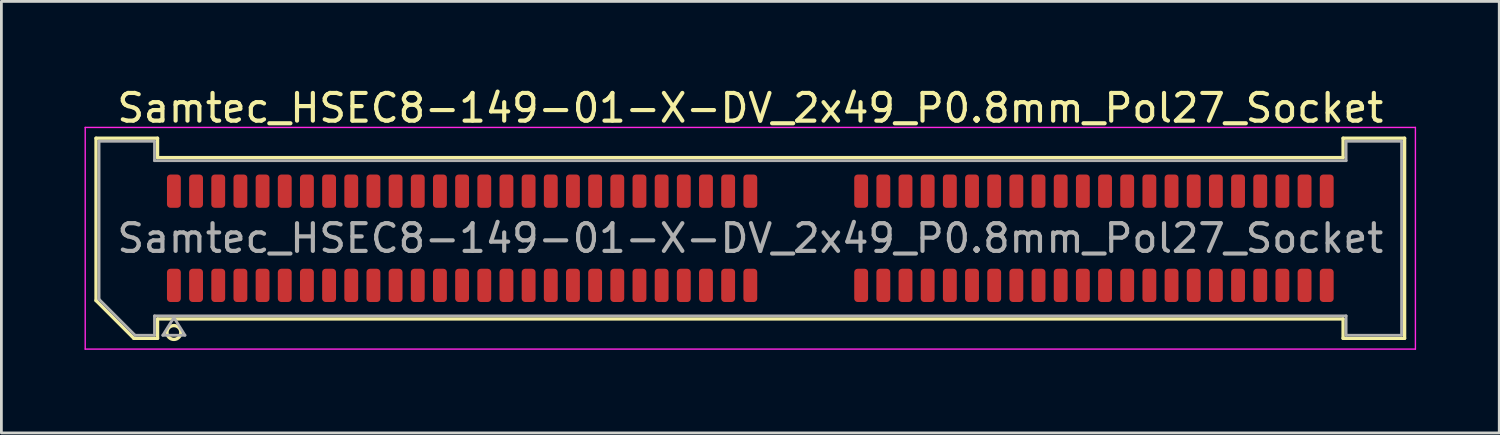
<source format=kicad_pcb>
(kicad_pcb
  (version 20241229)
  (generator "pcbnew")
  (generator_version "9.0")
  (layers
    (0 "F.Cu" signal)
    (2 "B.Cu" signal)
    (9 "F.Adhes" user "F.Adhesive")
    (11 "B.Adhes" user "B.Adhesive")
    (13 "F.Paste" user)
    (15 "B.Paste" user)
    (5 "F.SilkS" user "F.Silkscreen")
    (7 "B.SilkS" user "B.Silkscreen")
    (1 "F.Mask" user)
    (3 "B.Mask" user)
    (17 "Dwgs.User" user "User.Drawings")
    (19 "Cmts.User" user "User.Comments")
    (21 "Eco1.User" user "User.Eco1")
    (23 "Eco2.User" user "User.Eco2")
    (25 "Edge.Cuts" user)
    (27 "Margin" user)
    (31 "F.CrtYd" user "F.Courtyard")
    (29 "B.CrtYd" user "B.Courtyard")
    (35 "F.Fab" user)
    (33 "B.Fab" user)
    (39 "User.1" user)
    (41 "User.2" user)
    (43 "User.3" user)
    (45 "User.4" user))
  (footprint "Samtec_HSEC8-149-01-X-DV_2x49_P0.8mm_Pol27_Socket"
    (layer "F.Cu")
    (at 24.025 5.548)
    (property "Reference" "Samtec_HSEC8-149-01-X-DV_2x49_P0.8mm_Pol27_Socket" (at 0 -4.7 0) (layer "F.SilkS") (effects (font (size 1 1) (thickness 0.15))))
    (attr smd)
    (fp_line (start -23.61 -3.61) (end -21.39 -3.61) (stroke (width 0.12) (type solid)) (layer "F.SilkS"))
    (fp_line (start -23.61 2.246) (end -23.61 -3.61) (stroke (width 0.12) (type solid)) (layer "F.SilkS"))
    (fp_line (start -22.246 3.61) (end -23.61 2.246) (stroke (width 0.12) (type solid)) (layer "F.SilkS"))
    (fp_line (start -21.39 -3.61) (end -21.39 -2.91) (stroke (width 0.12) (type solid)) (layer "F.SilkS"))
    (fp_line (start -21.39 -2.91) (end 21.39 -2.91) (stroke (width 0.12) (type solid)) (layer "F.SilkS"))
    (fp_line (start -21.39 2.91) (end -21.39 3.61) (stroke (width 0.12) (type solid)) (layer "F.SilkS"))
    (fp_line (start -21.39 3.61) (end -22.246 3.61) (stroke (width 0.12) (type solid)) (layer "F.SilkS"))
    (fp_line (start 21.39 -3.61) (end 23.61 -3.61) (stroke (width 0.12) (type solid)) (layer "F.SilkS"))
    (fp_line (start 21.39 -2.91) (end 21.39 -3.61) (stroke (width 0.12) (type solid)) (layer "F.SilkS"))
    (fp_line (start 21.39 2.91) (end -21.39 2.91) (stroke (width 0.12) (type solid)) (layer "F.SilkS"))
    (fp_line (start 21.39 3.61) (end 21.39 2.91) (stroke (width 0.12) (type solid)) (layer "F.SilkS"))
    (fp_line (start 23.61 -3.61) (end 23.61 3.61) (stroke (width 0.12) (type solid)) (layer "F.SilkS"))
    (fp_line (start 23.61 3.61) (end 21.39 3.61) (stroke (width 0.12) (type solid)) (layer "F.SilkS"))
    (fp_circle (center -20.8 3.4) (end -20.55 3.4) (stroke (width 0.12) (type solid)) (fill no) (layer "F.SilkS"))
    (fp_line (start -24 -4) (end -24 4) (stroke (width 0.05) (type solid)) (layer "F.CrtYd"))
    (fp_line (start -24 4) (end 24 4) (stroke (width 0.05) (type solid)) (layer "F.CrtYd"))
    (fp_line (start 24 -4) (end -24 -4) (stroke (width 0.05) (type solid)) (layer "F.CrtYd"))
    (fp_line (start 24 4) (end 24 -4) (stroke (width 0.05) (type solid)) (layer "F.CrtYd"))
    (fp_line (start -23.5 -3.5) (end -21.5 -3.5) (stroke (width 0.1) (type solid)) (layer "F.Fab"))
    (fp_line (start -23.5 2.2) (end -23.5 -3.5) (stroke (width 0.1) (type solid)) (layer "F.Fab"))
    (fp_line (start -22.2 3.5) (end -23.5 2.2) (stroke (width 0.1) (type solid)) (layer "F.Fab"))
    (fp_line (start -21.5 -3.5) (end -21.5 -2.8) (stroke (width 0.1) (type solid)) (layer "F.Fab"))
    (fp_line (start -21.5 -2.8) (end 21.5 -2.8) (stroke (width 0.1) (type solid)) (layer "F.Fab"))
    (fp_line (start -21.5 2.8) (end -21.5 3.5) (stroke (width 0.1) (type solid)) (layer "F.Fab"))
    (fp_line (start -21.5 3.5) (end -22.2 3.5) (stroke (width 0.1) (type solid)) (layer "F.Fab"))
    (fp_line (start -21.2 3.5) (end -20.8 2.86) (stroke (width 0.1) (type solid)) (layer "F.Fab"))
    (fp_line (start -20.8 2.86) (end -20.4 3.5) (stroke (width 0.1) (type solid)) (layer "F.Fab"))
    (fp_line (start -20.4 3.5) (end -21.2 3.5) (stroke (width 0.1) (type solid)) (layer "F.Fab"))
    (fp_line (start 21.5 -3.5) (end 23.5 -3.5) (stroke (width 0.1) (type solid)) (layer "F.Fab"))
    (fp_line (start 21.5 -2.8) (end 21.5 -3.5) (stroke (width 0.1) (type solid)) (layer "F.Fab"))
    (fp_line (start 21.5 2.8) (end -21.5 2.8) (stroke (width 0.1) (type solid)) (layer "F.Fab"))
    (fp_line (start 21.5 3.5) (end 21.5 2.8) (stroke (width 0.1) (type solid)) (layer "F.Fab"))
    (fp_line (start 23.5 -3.5) (end 23.5 3.5) (stroke (width 0.1) (type solid)) (layer "F.Fab"))
    (fp_line (start 23.5 3.5) (end 21.5 3.5) (stroke (width 0.1) (type solid)) (layer "F.Fab"))
    (fp_text user "${REFERENCE}" (at 0 0 0) (layer "F.Fab") (effects (font (size 1 1) (thickness 0.15))))
    (pad "1" smd roundrect (at -20.8 1.7) (size 0.5 1.2) (layers "F.Cu" "F.Mask" "F.Paste") (roundrect_rratio 0.25))
    (pad "2" smd roundrect (at -20.8 -1.7) (size 0.5 1.2) (layers "F.Cu" "F.Mask" "F.Paste") (roundrect_rratio 0.25))
    (pad "3" smd roundrect (at -20 1.7) (size 0.5 1.2) (layers "F.Cu" "F.Mask" "F.Paste") (roundrect_rratio 0.25))
    (pad "4" smd roundrect (at -20 -1.7) (size 0.5 1.2) (layers "F.Cu" "F.Mask" "F.Paste") (roundrect_rratio 0.25))
    (pad "5" smd roundrect (at -19.2 1.7) (size 0.5 1.2) (layers "F.Cu" "F.Mask" "F.Paste") (roundrect_rratio 0.25))
    (pad "6" smd roundrect (at -19.2 -1.7) (size 0.5 1.2) (layers "F.Cu" "F.Mask" "F.Paste") (roundrect_rratio 0.25))
    (pad "7" smd roundrect (at -18.4 1.7) (size 0.5 1.2) (layers "F.Cu" "F.Mask" "F.Paste") (roundrect_rratio 0.25))
    (pad "8" smd roundrect (at -18.4 -1.7) (size 0.5 1.2) (layers "F.Cu" "F.Mask" "F.Paste") (roundrect_rratio 0.25))
    (pad "9" smd roundrect (at -17.6 1.7) (size 0.5 1.2) (layers "F.Cu" "F.Mask" "F.Paste") (roundrect_rratio 0.25))
    (pad "10" smd roundrect (at -17.6 -1.7) (size 0.5 1.2) (layers "F.Cu" "F.Mask" "F.Paste") (roundrect_rratio 0.25))
    (pad "11" smd roundrect (at -16.8 1.7) (size 0.5 1.2) (layers "F.Cu" "F.Mask" "F.Paste") (roundrect_rratio 0.25))
    (pad "12" smd roundrect (at -16.8 -1.7) (size 0.5 1.2) (layers "F.Cu" "F.Mask" "F.Paste") (roundrect_rratio 0.25))
    (pad "13" smd roundrect (at -16 1.7) (size 0.5 1.2) (layers "F.Cu" "F.Mask" "F.Paste") (roundrect_rratio 0.25))
    (pad "14" smd roundrect (at -16 -1.7) (size 0.5 1.2) (layers "F.Cu" "F.Mask" "F.Paste") (roundrect_rratio 0.25))
    (pad "15" smd roundrect (at -15.2 1.7) (size 0.5 1.2) (layers "F.Cu" "F.Mask" "F.Paste") (roundrect_rratio 0.25))
    (pad "16" smd roundrect (at -15.2 -1.7) (size 0.5 1.2) (layers "F.Cu" "F.Mask" "F.Paste") (roundrect_rratio 0.25))
    (pad "17" smd roundrect (at -14.4 1.7) (size 0.5 1.2) (layers "F.Cu" "F.Mask" "F.Paste") (roundrect_rratio 0.25))
    (pad "18" smd roundrect (at -14.4 -1.7) (size 0.5 1.2) (layers "F.Cu" "F.Mask" "F.Paste") (roundrect_rratio 0.25))
    (pad "19" smd roundrect (at -13.6 1.7) (size 0.5 1.2) (layers "F.Cu" "F.Mask" "F.Paste") (roundrect_rratio 0.25))
    (pad "20" smd roundrect (at -13.6 -1.7) (size 0.5 1.2) (layers "F.Cu" "F.Mask" "F.Paste") (roundrect_rratio 0.25))
    (pad "21" smd roundrect (at -12.8 1.7) (size 0.5 1.2) (layers "F.Cu" "F.Mask" "F.Paste") (roundrect_rratio 0.25))
    (pad "22" smd roundrect (at -12.8 -1.7) (size 0.5 1.2) (layers "F.Cu" "F.Mask" "F.Paste") (roundrect_rratio 0.25))
    (pad "23" smd roundrect (at -12 1.7) (size 0.5 1.2) (layers "F.Cu" "F.Mask" "F.Paste") (roundrect_rratio 0.25))
    (pad "24" smd roundrect (at -12 -1.7) (size 0.5 1.2) (layers "F.Cu" "F.Mask" "F.Paste") (roundrect_rratio 0.25))
    (pad "25" smd roundrect (at -11.2 1.7) (size 0.5 1.2) (layers "F.Cu" "F.Mask" "F.Paste") (roundrect_rratio 0.25))
    (pad "26" smd roundrect (at -11.2 -1.7) (size 0.5 1.2) (layers "F.Cu" "F.Mask" "F.Paste") (roundrect_rratio 0.25))
    (pad "27" smd roundrect (at -10.4 1.7) (size 0.5 1.2) (layers "F.Cu" "F.Mask" "F.Paste") (roundrect_rratio 0.25))
    (pad "28" smd roundrect (at -10.4 -1.7) (size 0.5 1.2) (layers "F.Cu" "F.Mask" "F.Paste") (roundrect_rratio 0.25))
    (pad "29" smd roundrect (at -9.6 1.7) (size 0.5 1.2) (layers "F.Cu" "F.Mask" "F.Paste") (roundrect_rratio 0.25))
    (pad "30" smd roundrect (at -9.6 -1.7) (size 0.5 1.2) (layers "F.Cu" "F.Mask" "F.Paste") (roundrect_rratio 0.25))
    (pad "31" smd roundrect (at -8.8 1.7) (size 0.5 1.2) (layers "F.Cu" "F.Mask" "F.Paste") (roundrect_rratio 0.25))
    (pad "32" smd roundrect (at -8.8 -1.7) (size 0.5 1.2) (layers "F.Cu" "F.Mask" "F.Paste") (roundrect_rratio 0.25))
    (pad "33" smd roundrect (at -8 1.7) (size 0.5 1.2) (layers "F.Cu" "F.Mask" "F.Paste") (roundrect_rratio 0.25))
    (pad "34" smd roundrect (at -8 -1.7) (size 0.5 1.2) (layers "F.Cu" "F.Mask" "F.Paste") (roundrect_rratio 0.25))
    (pad "35" smd roundrect (at -7.2 1.7) (size 0.5 1.2) (layers "F.Cu" "F.Mask" "F.Paste") (roundrect_rratio 0.25))
    (pad "36" smd roundrect (at -7.2 -1.7) (size 0.5 1.2) (layers "F.Cu" "F.Mask" "F.Paste") (roundrect_rratio 0.25))
    (pad "37" smd roundrect (at -6.4 1.7) (size 0.5 1.2) (layers "F.Cu" "F.Mask" "F.Paste") (roundrect_rratio 0.25))
    (pad "38" smd roundrect (at -6.4 -1.7) (size 0.5 1.2) (layers "F.Cu" "F.Mask" "F.Paste") (roundrect_rratio 0.25))
    (pad "39" smd roundrect (at -5.6 1.7) (size 0.5 1.2) (layers "F.Cu" "F.Mask" "F.Paste") (roundrect_rratio 0.25))
    (pad "40" smd roundrect (at -5.6 -1.7) (size 0.5 1.2) (layers "F.Cu" "F.Mask" "F.Paste") (roundrect_rratio 0.25))
    (pad "41" smd roundrect (at -4.8 1.7) (size 0.5 1.2) (layers "F.Cu" "F.Mask" "F.Paste") (roundrect_rratio 0.25))
    (pad "42" smd roundrect (at -4.8 -1.7) (size 0.5 1.2) (layers "F.Cu" "F.Mask" "F.Paste") (roundrect_rratio 0.25))
    (pad "43" smd roundrect (at -4 1.7) (size 0.5 1.2) (layers "F.Cu" "F.Mask" "F.Paste") (roundrect_rratio 0.25))
    (pad "44" smd roundrect (at -4 -1.7) (size 0.5 1.2) (layers "F.Cu" "F.Mask" "F.Paste") (roundrect_rratio 0.25))
    (pad "45" smd roundrect (at -3.2 1.7) (size 0.5 1.2) (layers "F.Cu" "F.Mask" "F.Paste") (roundrect_rratio 0.25))
    (pad "46" smd roundrect (at -3.2 -1.7) (size 0.5 1.2) (layers "F.Cu" "F.Mask" "F.Paste") (roundrect_rratio 0.25))
    (pad "47" smd roundrect (at -2.4 1.7) (size 0.5 1.2) (layers "F.Cu" "F.Mask" "F.Paste") (roundrect_rratio 0.25))
    (pad "48" smd roundrect (at -2.4 -1.7) (size 0.5 1.2) (layers "F.Cu" "F.Mask" "F.Paste") (roundrect_rratio 0.25))
    (pad "49" smd roundrect (at -1.6 1.7) (size 0.5 1.2) (layers "F.Cu" "F.Mask" "F.Paste") (roundrect_rratio 0.25))
    (pad "50" smd roundrect (at -1.6 -1.7) (size 0.5 1.2) (layers "F.Cu" "F.Mask" "F.Paste") (roundrect_rratio 0.25))
    (pad "51" smd roundrect (at -0.8 1.7) (size 0.5 1.2) (layers "F.Cu" "F.Mask" "F.Paste") (roundrect_rratio 0.25))
    (pad "52" smd roundrect (at -0.8 -1.7) (size 0.5 1.2) (layers "F.Cu" "F.Mask" "F.Paste") (roundrect_rratio 0.25))
    (pad "53" smd roundrect (at 0 1.7) (size 0.5 1.2) (layers "F.Cu" "F.Mask" "F.Paste") (roundrect_rratio 0.25))
    (pad "54" smd roundrect (at 0 -1.7) (size 0.5 1.2) (layers "F.Cu" "F.Mask" "F.Paste") (roundrect_rratio 0.25))
    (pad "55" smd roundrect (at 4 1.7) (size 0.5 1.2) (layers "F.Cu" "F.Mask" "F.Paste") (roundrect_rratio 0.25))
    (pad "56" smd roundrect (at 4 -1.7) (size 0.5 1.2) (layers "F.Cu" "F.Mask" "F.Paste") (roundrect_rratio 0.25))
    (pad "57" smd roundrect (at 4.8 1.7) (size 0.5 1.2) (layers "F.Cu" "F.Mask" "F.Paste") (roundrect_rratio 0.25))
    (pad "58" smd roundrect (at 4.8 -1.7) (size 0.5 1.2) (layers "F.Cu" "F.Mask" "F.Paste") (roundrect_rratio 0.25))
    (pad "59" smd roundrect (at 5.6 1.7) (size 0.5 1.2) (layers "F.Cu" "F.Mask" "F.Paste") (roundrect_rratio 0.25))
    (pad "60" smd roundrect (at 5.6 -1.7) (size 0.5 1.2) (layers "F.Cu" "F.Mask" "F.Paste") (roundrect_rratio 0.25))
    (pad "61" smd roundrect (at 6.4 1.7) (size 0.5 1.2) (layers "F.Cu" "F.Mask" "F.Paste") (roundrect_rratio 0.25))
    (pad "62" smd roundrect (at 6.4 -1.7) (size 0.5 1.2) (layers "F.Cu" "F.Mask" "F.Paste") (roundrect_rratio 0.25))
    (pad "63" smd roundrect (at 7.2 1.7) (size 0.5 1.2) (layers "F.Cu" "F.Mask" "F.Paste") (roundrect_rratio 0.25))
    (pad "64" smd roundrect (at 7.2 -1.7) (size 0.5 1.2) (layers "F.Cu" "F.Mask" "F.Paste") (roundrect_rratio 0.25))
    (pad "65" smd roundrect (at 8 1.7) (size 0.5 1.2) (layers "F.Cu" "F.Mask" "F.Paste") (roundrect_rratio 0.25))
    (pad "66" smd roundrect (at 8 -1.7) (size 0.5 1.2) (layers "F.Cu" "F.Mask" "F.Paste") (roundrect_rratio 0.25))
    (pad "67" smd roundrect (at 8.8 1.7) (size 0.5 1.2) (layers "F.Cu" "F.Mask" "F.Paste") (roundrect_rratio 0.25))
    (pad "68" smd roundrect (at 8.8 -1.7) (size 0.5 1.2) (layers "F.Cu" "F.Mask" "F.Paste") (roundrect_rratio 0.25))
    (pad "69" smd roundrect (at 9.6 1.7) (size 0.5 1.2) (layers "F.Cu" "F.Mask" "F.Paste") (roundrect_rratio 0.25))
    (pad "70" smd roundrect (at 9.6 -1.7) (size 0.5 1.2) (layers "F.Cu" "F.Mask" "F.Paste") (roundrect_rratio 0.25))
    (pad "71" smd roundrect (at 10.4 1.7) (size 0.5 1.2) (layers "F.Cu" "F.Mask" "F.Paste") (roundrect_rratio 0.25))
    (pad "72" smd roundrect (at 10.4 -1.7) (size 0.5 1.2) (layers "F.Cu" "F.Mask" "F.Paste") (roundrect_rratio 0.25))
    (pad "73" smd roundrect (at 11.2 1.7) (size 0.5 1.2) (layers "F.Cu" "F.Mask" "F.Paste") (roundrect_rratio 0.25))
    (pad "74" smd roundrect (at 11.2 -1.7) (size 0.5 1.2) (layers "F.Cu" "F.Mask" "F.Paste") (roundrect_rratio 0.25))
    (pad "75" smd roundrect (at 12 1.7) (size 0.5 1.2) (layers "F.Cu" "F.Mask" "F.Paste") (roundrect_rratio 0.25))
    (pad "76" smd roundrect (at 12 -1.7) (size 0.5 1.2) (layers "F.Cu" "F.Mask" "F.Paste") (roundrect_rratio 0.25))
    (pad "77" smd roundrect (at 12.8 1.7) (size 0.5 1.2) (layers "F.Cu" "F.Mask" "F.Paste") (roundrect_rratio 0.25))
    (pad "78" smd roundrect (at 12.8 -1.7) (size 0.5 1.2) (layers "F.Cu" "F.Mask" "F.Paste") (roundrect_rratio 0.25))
    (pad "79" smd roundrect (at 13.6 1.7) (size 0.5 1.2) (layers "F.Cu" "F.Mask" "F.Paste") (roundrect_rratio 0.25))
    (pad "80" smd roundrect (at 13.6 -1.7) (size 0.5 1.2) (layers "F.Cu" "F.Mask" "F.Paste") (roundrect_rratio 0.25))
    (pad "81" smd roundrect (at 14.4 1.7) (size 0.5 1.2) (layers "F.Cu" "F.Mask" "F.Paste") (roundrect_rratio 0.25))
    (pad "82" smd roundrect (at 14.4 -1.7) (size 0.5 1.2) (layers "F.Cu" "F.Mask" "F.Paste") (roundrect_rratio 0.25))
    (pad "83" smd roundrect (at 15.2 1.7) (size 0.5 1.2) (layers "F.Cu" "F.Mask" "F.Paste") (roundrect_rratio 0.25))
    (pad "84" smd roundrect (at 15.2 -1.7) (size 0.5 1.2) (layers "F.Cu" "F.Mask" "F.Paste") (roundrect_rratio 0.25))
    (pad "85" smd roundrect (at 16 1.7) (size 0.5 1.2) (layers "F.Cu" "F.Mask" "F.Paste") (roundrect_rratio 0.25))
    (pad "86" smd roundrect (at 16 -1.7) (size 0.5 1.2) (layers "F.Cu" "F.Mask" "F.Paste") (roundrect_rratio 0.25))
    (pad "87" smd roundrect (at 16.8 1.7) (size 0.5 1.2) (layers "F.Cu" "F.Mask" "F.Paste") (roundrect_rratio 0.25))
    (pad "88" smd roundrect (at 16.8 -1.7) (size 0.5 1.2) (layers "F.Cu" "F.Mask" "F.Paste") (roundrect_rratio 0.25))
    (pad "89" smd roundrect (at 17.6 1.7) (size 0.5 1.2) (layers "F.Cu" "F.Mask" "F.Paste") (roundrect_rratio 0.25))
    (pad "90" smd roundrect (at 17.6 -1.7) (size 0.5 1.2) (layers "F.Cu" "F.Mask" "F.Paste") (roundrect_rratio 0.25))
    (pad "91" smd roundrect (at 18.4 1.7) (size 0.5 1.2) (layers "F.Cu" "F.Mask" "F.Paste") (roundrect_rratio 0.25))
    (pad "92" smd roundrect (at 18.4 -1.7) (size 0.5 1.2) (layers "F.Cu" "F.Mask" "F.Paste") (roundrect_rratio 0.25))
    (pad "93" smd roundrect (at 19.2 1.7) (size 0.5 1.2) (layers "F.Cu" "F.Mask" "F.Paste") (roundrect_rratio 0.25))
    (pad "94" smd roundrect (at 19.2 -1.7) (size 0.5 1.2) (layers "F.Cu" "F.Mask" "F.Paste") (roundrect_rratio 0.25))
    (pad "95" smd roundrect (at 20 1.7) (size 0.5 1.2) (layers "F.Cu" "F.Mask" "F.Paste") (roundrect_rratio 0.25))
    (pad "96" smd roundrect (at 20 -1.7) (size 0.5 1.2) (layers "F.Cu" "F.Mask" "F.Paste") (roundrect_rratio 0.25))
    (pad "97" smd roundrect (at 20.8 1.7) (size 0.5 1.2) (layers "F.Cu" "F.Mask" "F.Paste") (roundrect_rratio 0.25))
    (pad "98" smd roundrect (at 20.8 -1.7) (size 0.5 1.2) (layers "F.Cu" "F.Mask" "F.Paste") (roundrect_rratio 0.25)))
  (gr_rect
    (start -3 -3)
    (end 51.05 12.573)
    (stroke (width 0.1) (type default))
    (fill no)
    (layer "Edge.Cuts")))
</source>
